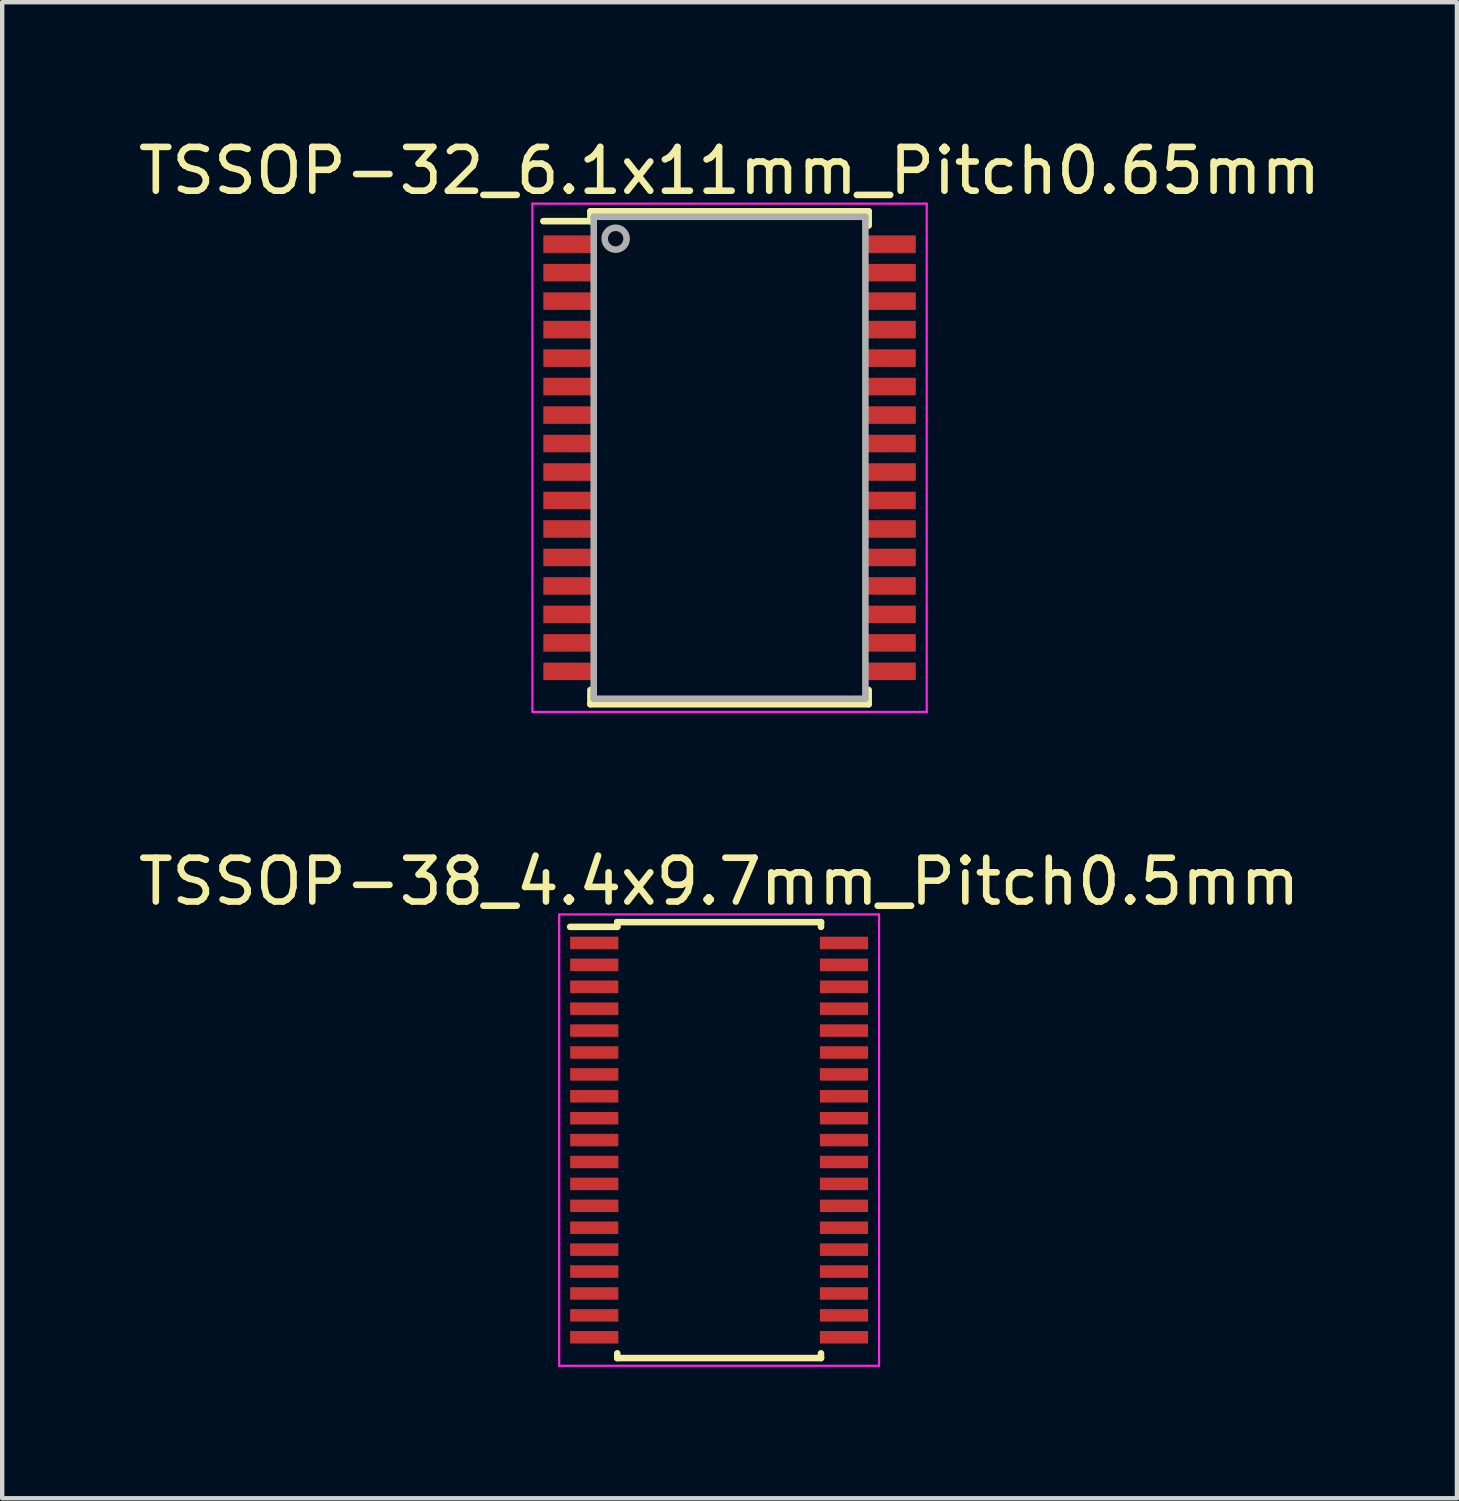
<source format=kicad_pcb>
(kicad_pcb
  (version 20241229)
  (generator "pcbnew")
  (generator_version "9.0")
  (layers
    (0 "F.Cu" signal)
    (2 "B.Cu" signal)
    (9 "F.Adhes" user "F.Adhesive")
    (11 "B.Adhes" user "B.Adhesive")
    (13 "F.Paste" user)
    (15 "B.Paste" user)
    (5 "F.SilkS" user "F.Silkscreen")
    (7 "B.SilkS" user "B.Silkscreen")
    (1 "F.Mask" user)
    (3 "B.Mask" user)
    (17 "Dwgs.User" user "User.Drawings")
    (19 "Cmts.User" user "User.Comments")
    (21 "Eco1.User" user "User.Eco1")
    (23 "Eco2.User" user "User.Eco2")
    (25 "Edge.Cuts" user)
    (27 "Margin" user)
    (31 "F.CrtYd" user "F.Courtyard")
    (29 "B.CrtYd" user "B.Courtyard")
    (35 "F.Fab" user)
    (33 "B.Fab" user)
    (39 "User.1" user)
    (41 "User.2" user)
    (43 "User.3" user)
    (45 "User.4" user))
  (footprint "TSSOP-38_4.4x9.7mm_Pitch0.5mm"
    (layer "F.Cu")
    (at 13.363 22.971)
    (property "Reference" "TSSOP-38_4.4x9.7mm_Pitch0.5mm" (at 0 -5.9 0) (layer "F.SilkS") (effects (font (size 1 1) (thickness 0.15))))
    (attr smd)
    (fp_line (start -2.325 -4.975) (end -2.325 -4.867) (stroke (width 0.15) (type solid)) (layer "F.SilkS"))
    (fp_line (start -2.325 -4.975) (end 2.325 -4.975) (stroke (width 0.15) (type solid)) (layer "F.SilkS"))
    (fp_line (start -2.325 -4.867) (end -3.4 -4.867) (stroke (width 0.15) (type solid)) (layer "F.SilkS"))
    (fp_line (start -2.325 4.975) (end -2.325 4.867) (stroke (width 0.15) (type solid)) (layer "F.SilkS"))
    (fp_line (start -2.325 4.975) (end 2.325 4.975) (stroke (width 0.15) (type solid)) (layer "F.SilkS"))
    (fp_line (start 2.325 -4.975) (end 2.325 -4.867) (stroke (width 0.15) (type solid)) (layer "F.SilkS"))
    (fp_line (start 2.325 4.975) (end 2.325 4.867) (stroke (width 0.15) (type solid)) (layer "F.SilkS"))
    (fp_line (start -3.65 -5.15) (end -3.65 5.15) (stroke (width 0.05) (type solid)) (layer "F.CrtYd"))
    (fp_line (start -3.65 -5.15) (end 3.65 -5.15) (stroke (width 0.05) (type solid)) (layer "F.CrtYd"))
    (fp_line (start -3.65 5.15) (end 3.65 5.15) (stroke (width 0.05) (type solid)) (layer "F.CrtYd"))
    (fp_line (start 3.65 -5.15) (end 3.65 5.15) (stroke (width 0.05) (type solid)) (layer "F.CrtYd"))
    (pad "1" smd rect (at -2.85 -4.5) (size 1.1 0.285) (layers "F.Cu" "F.Mask" "F.Paste"))
    (pad "2" smd rect (at -2.85 -4) (size 1.1 0.285) (layers "F.Cu" "F.Mask" "F.Paste"))
    (pad "3" smd rect (at -2.85 -3.5) (size 1.1 0.285) (layers "F.Cu" "F.Mask" "F.Paste"))
    (pad "4" smd rect (at -2.85 -3) (size 1.1 0.285) (layers "F.Cu" "F.Mask" "F.Paste"))
    (pad "5" smd rect (at -2.85 -2.5) (size 1.1 0.285) (layers "F.Cu" "F.Mask" "F.Paste"))
    (pad "6" smd rect (at -2.85 -2) (size 1.1 0.285) (layers "F.Cu" "F.Mask" "F.Paste"))
    (pad "7" smd rect (at -2.85 -1.5) (size 1.1 0.285) (layers "F.Cu" "F.Mask" "F.Paste"))
    (pad "8" smd rect (at -2.85 -1) (size 1.1 0.285) (layers "F.Cu" "F.Mask" "F.Paste"))
    (pad "9" smd rect (at -2.85 -0.5) (size 1.1 0.285) (layers "F.Cu" "F.Mask" "F.Paste"))
    (pad "10" smd rect (at -2.85 0) (size 1.1 0.285) (layers "F.Cu" "F.Mask" "F.Paste"))
    (pad "11" smd rect (at -2.85 0.5) (size 1.1 0.285) (layers "F.Cu" "F.Mask" "F.Paste"))
    (pad "12" smd rect (at -2.85 1) (size 1.1 0.285) (layers "F.Cu" "F.Mask" "F.Paste"))
    (pad "13" smd rect (at -2.85 1.5) (size 1.1 0.285) (layers "F.Cu" "F.Mask" "F.Paste"))
    (pad "14" smd rect (at -2.85 2) (size 1.1 0.285) (layers "F.Cu" "F.Mask" "F.Paste"))
    (pad "15" smd rect (at -2.85 2.5) (size 1.1 0.285) (layers "F.Cu" "F.Mask" "F.Paste"))
    (pad "16" smd rect (at -2.85 3) (size 1.1 0.285) (layers "F.Cu" "F.Mask" "F.Paste"))
    (pad "17" smd rect (at -2.85 3.5) (size 1.1 0.285) (layers "F.Cu" "F.Mask" "F.Paste"))
    (pad "18" smd rect (at -2.85 4) (size 1.1 0.285) (layers "F.Cu" "F.Mask" "F.Paste"))
    (pad "19" smd rect (at -2.85 4.5) (size 1.1 0.285) (layers "F.Cu" "F.Mask" "F.Paste"))
    (pad "20" smd rect (at 2.85 4.5) (size 1.1 0.285) (layers "F.Cu" "F.Mask" "F.Paste"))
    (pad "21" smd rect (at 2.85 4) (size 1.1 0.285) (layers "F.Cu" "F.Mask" "F.Paste"))
    (pad "22" smd rect (at 2.85 3.5) (size 1.1 0.285) (layers "F.Cu" "F.Mask" "F.Paste"))
    (pad "23" smd rect (at 2.85 3) (size 1.1 0.285) (layers "F.Cu" "F.Mask" "F.Paste"))
    (pad "24" smd rect (at 2.85 2.5) (size 1.1 0.285) (layers "F.Cu" "F.Mask" "F.Paste"))
    (pad "25" smd rect (at 2.85 2) (size 1.1 0.285) (layers "F.Cu" "F.Mask" "F.Paste"))
    (pad "26" smd rect (at 2.85 1.5) (size 1.1 0.285) (layers "F.Cu" "F.Mask" "F.Paste"))
    (pad "27" smd rect (at 2.85 1) (size 1.1 0.285) (layers "F.Cu" "F.Mask" "F.Paste"))
    (pad "28" smd rect (at 2.85 0.5) (size 1.1 0.285) (layers "F.Cu" "F.Mask" "F.Paste"))
    (pad "29" smd rect (at 2.85 0) (size 1.1 0.285) (layers "F.Cu" "F.Mask" "F.Paste"))
    (pad "30" smd rect (at 2.85 -0.5) (size 1.1 0.285) (layers "F.Cu" "F.Mask" "F.Paste"))
    (pad "31" smd rect (at 2.85 -1) (size 1.1 0.285) (layers "F.Cu" "F.Mask" "F.Paste"))
    (pad "32" smd rect (at 2.85 -1.5) (size 1.1 0.285) (layers "F.Cu" "F.Mask" "F.Paste"))
    (pad "33" smd rect (at 2.85 -2) (size 1.1 0.285) (layers "F.Cu" "F.Mask" "F.Paste"))
    (pad "34" smd rect (at 2.85 -2.5) (size 1.1 0.285) (layers "F.Cu" "F.Mask" "F.Paste"))
    (pad "35" smd rect (at 2.85 -3) (size 1.1 0.285) (layers "F.Cu" "F.Mask" "F.Paste"))
    (pad "36" smd rect (at 2.85 -3.5) (size 1.1 0.285) (layers "F.Cu" "F.Mask" "F.Paste"))
    (pad "37" smd rect (at 2.85 -4) (size 1.1 0.285) (layers "F.Cu" "F.Mask" "F.Paste"))
    (pad "38" smd rect (at 2.85 -4.5) (size 1.1 0.285) (layers "F.Cu" "F.Mask" "F.Paste")))
  (footprint "TSSOP-32_6.1x11mm_Pitch0.65mm"
    (layer "F.Cu")
    (at 13.601 7.398)
    (property "Reference" "TSSOP-32_6.1x11mm_Pitch0.65mm" (at 0 -6.55 0) (layer "F.SilkS") (effects (font (size 1 1) (thickness 0.15))))
    (attr smd)
    (fp_line (start -3.175 -5.625) (end -3.175 -5.4) (stroke (width 0.15) (type solid)) (layer "F.SilkS"))
    (fp_line (start -3.175 -5.625) (end 3.175 -5.625) (stroke (width 0.15) (type solid)) (layer "F.SilkS"))
    (fp_line (start -3.175 -5.4) (end -4.25 -5.4) (stroke (width 0.15) (type solid)) (layer "F.SilkS"))
    (fp_line (start -3.175 5.625) (end -3.175 5.3) (stroke (width 0.15) (type solid)) (layer "F.SilkS"))
    (fp_line (start -3.175 5.625) (end 3.175 5.625) (stroke (width 0.15) (type solid)) (layer "F.SilkS"))
    (fp_line (start 3.175 -5.625) (end 3.175 -5.3) (stroke (width 0.15) (type solid)) (layer "F.SilkS"))
    (fp_line (start 3.175 5.625) (end 3.175 5.3) (stroke (width 0.15) (type solid)) (layer "F.SilkS"))
    (fp_line (start -4.5 -5.8) (end -4.5 5.8) (stroke (width 0.05) (type solid)) (layer "F.CrtYd"))
    (fp_line (start -4.5 -5.8) (end 4.5 -5.8) (stroke (width 0.05) (type solid)) (layer "F.CrtYd"))
    (fp_line (start -4.5 5.8) (end 4.5 5.8) (stroke (width 0.05) (type solid)) (layer "F.CrtYd"))
    (fp_line (start 4.5 -5.8) (end 4.5 5.8) (stroke (width 0.05) (type solid)) (layer "F.CrtYd"))
    (fp_line (start -3.1 -5.5) (end 3.1 -5.5) (stroke (width 0.15) (type solid)) (layer "F.Fab"))
    (fp_line (start -3.1 5.5) (end -3.1 -5.5) (stroke (width 0.15) (type solid)) (layer "F.Fab"))
    (fp_line (start 3.1 -5.5) (end 3.1 5.5) (stroke (width 0.15) (type solid)) (layer "F.Fab"))
    (fp_line (start 3.1 5.5) (end -3.1 5.5) (stroke (width 0.15) (type solid)) (layer "F.Fab"))
    (fp_circle (center -2.6 -5) (end -2.85 -5) (stroke (width 0.15) (type solid)) (fill no) (layer "F.Fab"))
    (pad "1" smd rect (at -3.65 -4.875) (size 1.2 0.4) (layers "F.Cu" "F.Mask" "F.Paste"))
    (pad "2" smd rect (at -3.65 -4.225) (size 1.2 0.4) (layers "F.Cu" "F.Mask" "F.Paste"))
    (pad "3" smd rect (at -3.65 -3.575) (size 1.2 0.4) (layers "F.Cu" "F.Mask" "F.Paste"))
    (pad "4" smd rect (at -3.65 -2.925) (size 1.2 0.4) (layers "F.Cu" "F.Mask" "F.Paste"))
    (pad "5" smd rect (at -3.65 -2.275) (size 1.2 0.4) (layers "F.Cu" "F.Mask" "F.Paste"))
    (pad "6" smd rect (at -3.65 -1.625) (size 1.2 0.4) (layers "F.Cu" "F.Mask" "F.Paste"))
    (pad "7" smd rect (at -3.65 -0.975) (size 1.2 0.4) (layers "F.Cu" "F.Mask" "F.Paste"))
    (pad "8" smd rect (at -3.65 -0.325) (size 1.2 0.4) (layers "F.Cu" "F.Mask" "F.Paste"))
    (pad "9" smd rect (at -3.65 0.325) (size 1.2 0.4) (layers "F.Cu" "F.Mask" "F.Paste"))
    (pad "10" smd rect (at -3.65 0.975) (size 1.2 0.4) (layers "F.Cu" "F.Mask" "F.Paste"))
    (pad "11" smd rect (at -3.65 1.625) (size 1.2 0.4) (layers "F.Cu" "F.Mask" "F.Paste"))
    (pad "12" smd rect (at -3.65 2.275) (size 1.2 0.4) (layers "F.Cu" "F.Mask" "F.Paste"))
    (pad "13" smd rect (at -3.65 2.925) (size 1.2 0.4) (layers "F.Cu" "F.Mask" "F.Paste"))
    (pad "14" smd rect (at -3.65 3.575) (size 1.2 0.4) (layers "F.Cu" "F.Mask" "F.Paste"))
    (pad "15" smd rect (at -3.65 4.225) (size 1.2 0.4) (layers "F.Cu" "F.Mask" "F.Paste"))
    (pad "16" smd rect (at -3.65 4.875) (size 1.2 0.4) (layers "F.Cu" "F.Mask" "F.Paste"))
    (pad "17" smd rect (at 3.65 4.875) (size 1.2 0.4) (layers "F.Cu" "F.Mask" "F.Paste"))
    (pad "18" smd rect (at 3.65 4.225) (size 1.2 0.4) (layers "F.Cu" "F.Mask" "F.Paste"))
    (pad "19" smd rect (at 3.65 3.575) (size 1.2 0.4) (layers "F.Cu" "F.Mask" "F.Paste"))
    (pad "20" smd rect (at 3.65 2.925) (size 1.2 0.4) (layers "F.Cu" "F.Mask" "F.Paste"))
    (pad "21" smd rect (at 3.65 2.275) (size 1.2 0.4) (layers "F.Cu" "F.Mask" "F.Paste"))
    (pad "22" smd rect (at 3.65 1.625) (size 1.2 0.4) (layers "F.Cu" "F.Mask" "F.Paste"))
    (pad "23" smd rect (at 3.65 0.975) (size 1.2 0.4) (layers "F.Cu" "F.Mask" "F.Paste"))
    (pad "24" smd rect (at 3.65 0.325) (size 1.2 0.4) (layers "F.Cu" "F.Mask" "F.Paste"))
    (pad "25" smd rect (at 3.65 -0.325) (size 1.2 0.4) (layers "F.Cu" "F.Mask" "F.Paste"))
    (pad "26" smd rect (at 3.65 -0.975) (size 1.2 0.4) (layers "F.Cu" "F.Mask" "F.Paste"))
    (pad "27" smd rect (at 3.65 -1.625) (size 1.2 0.4) (layers "F.Cu" "F.Mask" "F.Paste"))
    (pad "28" smd rect (at 3.65 -2.275) (size 1.2 0.4) (layers "F.Cu" "F.Mask" "F.Paste"))
    (pad "29" smd rect (at 3.65 -2.925) (size 1.2 0.4) (layers "F.Cu" "F.Mask" "F.Paste"))
    (pad "30" smd rect (at 3.65 -3.575) (size 1.2 0.4) (layers "F.Cu" "F.Mask" "F.Paste"))
    (pad "31" smd rect (at 3.65 -4.225) (size 1.2 0.4) (layers "F.Cu" "F.Mask" "F.Paste"))
    (pad "32" smd rect (at 3.65 -4.875) (size 1.2 0.4) (layers "F.Cu" "F.Mask" "F.Paste")))
  (gr_rect
    (start -3 -3)
    (end 30.202 31.146)
    (stroke (width 0.1) (type default))
    (fill no)
    (layer "Edge.Cuts")))
</source>
